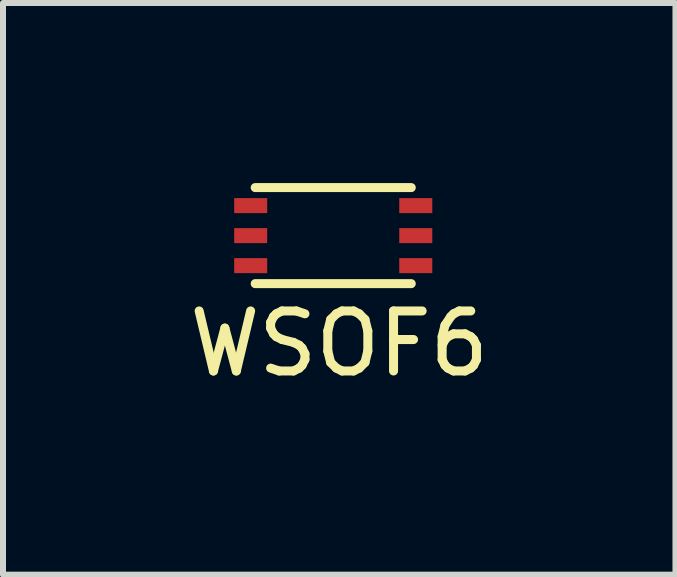
<source format=kicad_pcb>
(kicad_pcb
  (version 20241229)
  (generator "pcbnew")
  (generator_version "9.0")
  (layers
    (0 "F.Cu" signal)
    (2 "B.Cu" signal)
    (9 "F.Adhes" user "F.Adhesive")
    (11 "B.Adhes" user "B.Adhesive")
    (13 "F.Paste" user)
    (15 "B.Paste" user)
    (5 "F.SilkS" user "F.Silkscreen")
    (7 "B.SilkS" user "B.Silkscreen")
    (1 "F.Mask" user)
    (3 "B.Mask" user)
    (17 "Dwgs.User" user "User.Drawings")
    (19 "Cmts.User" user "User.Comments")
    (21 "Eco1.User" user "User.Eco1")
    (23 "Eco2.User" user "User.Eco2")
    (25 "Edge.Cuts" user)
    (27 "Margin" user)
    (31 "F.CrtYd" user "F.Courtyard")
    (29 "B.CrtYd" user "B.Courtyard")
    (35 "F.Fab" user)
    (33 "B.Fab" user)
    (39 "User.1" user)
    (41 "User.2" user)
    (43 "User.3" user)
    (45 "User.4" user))
  (footprint "WSOF6"
    (layer "F.Cu")
    (at 2.501 0.875)
    (property "Reference" "WSOF6" (at 0.1 1.8 0) (layer "F.SilkS") (effects (font (size 1 1) (thickness 0.15))))
    (attr through_hole)
    (fp_line (start -1.3 -0.8) (end 1.3 -0.8) (stroke (width 0.15) (type solid)) (layer "F.SilkS"))
    (fp_line (start 1.3 0.8) (end -1.3 0.8) (stroke (width 0.15) (type solid)) (layer "F.SilkS"))
    (pad "1" smd rect (at -1.375 -0.5) (size 0.55 0.25) (layers "F.Cu" "F.Mask" "F.Paste"))
    (pad "2" smd rect (at -1.375 0) (size 0.55 0.25) (layers "F.Cu" "F.Mask" "F.Paste"))
    (pad "3" smd rect (at -1.375 0.5) (size 0.55 0.25) (layers "F.Cu" "F.Mask" "F.Paste"))
    (pad "4" smd rect (at 1.375 0.5) (size 0.55 0.25) (layers "F.Cu" "F.Mask" "F.Paste"))
    (pad "5" smd rect (at 1.375 0) (size 0.55 0.25) (layers "F.Cu" "F.Mask" "F.Paste"))
    (pad "6" smd rect (at 1.375 -0.5) (size 0.55 0.25) (layers "F.Cu" "F.Mask" "F.Paste")))
  (gr_rect
    (start -3 -3)
    (end 8.202 6.523)
    (stroke (width 0.1) (type default))
    (fill no)
    (layer "Edge.Cuts")))
</source>
